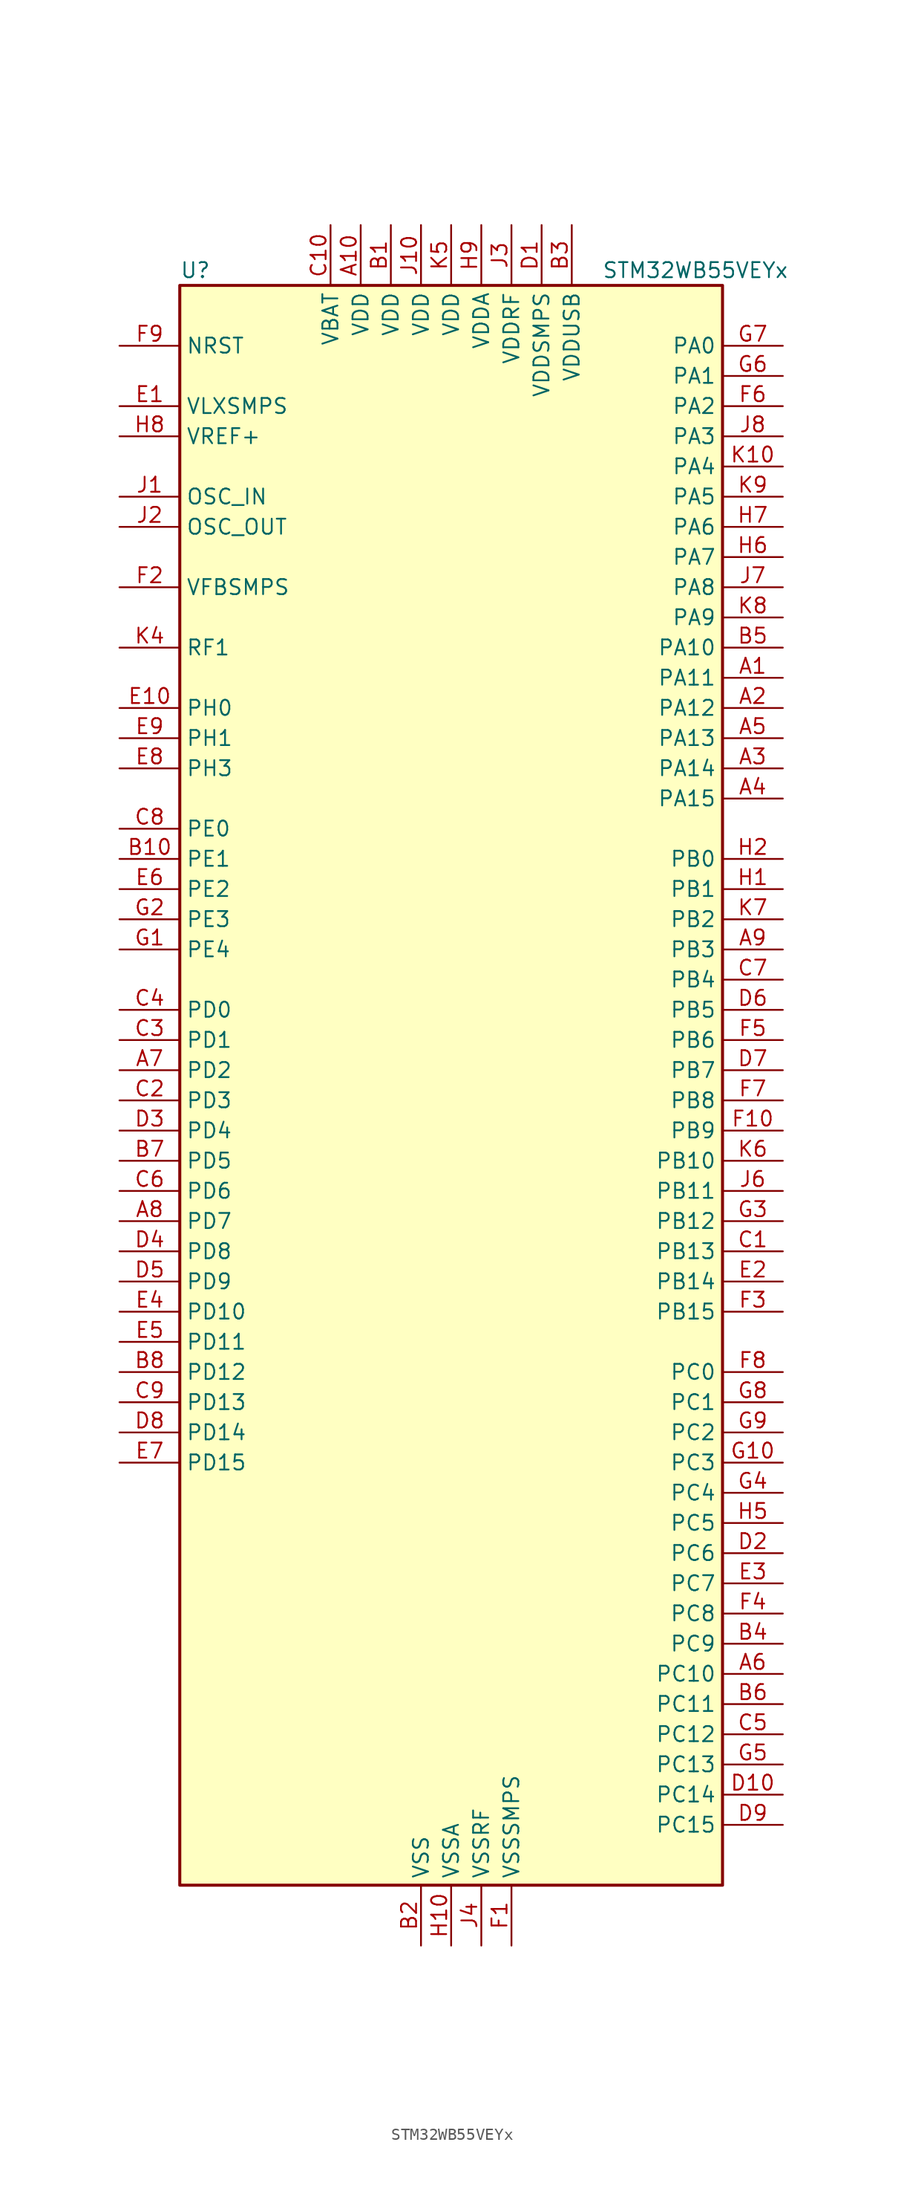
<source format=kicad_sym>
(kicad_symbol_lib
  (version 20241209)
  (generator "kicad_symbol_editor")
  (generator_version "9.0")
  (symbol "STM32WB55VEYx"
    (property "Reference" "U"
      (at -22.86 69.85 0)
      (effects (font (size 1.27 1.27)) (justify left)))
    (property "Value" "STM32WB55VEYx"
      (at 12.7 69.85 0)
      (effects (font (size 1.27 1.27)) (justify left)))
    (symbol "STM32WB55VEYx_0_1"
      (rectangle (start -22.86 -66.04) (end 22.86 68.58) (stroke (width 0.254) (type default)) (fill (type background))))
    (symbol "STM32WB55VEYx_1_1"
      (pin input line (at -27.94 63.5 0) (length 5.08) (name "NRST" (effects (font (size 1.27 1.27)))) (number "F9" (effects (font (size 1.27 1.27)))))
      (pin power_in line (at -27.94 58.42 0) (length 5.08) (name "VLXSMPS" (effects (font (size 1.27 1.27)))) (number "E1" (effects (font (size 1.27 1.27)))))
      (pin input line (at -27.94 55.88 0) (length 5.08) (name "VREF+" (effects (font (size 1.27 1.27)))) (number "H8" (effects (font (size 1.27 1.27)))) (alternate "VREFBUF_OUT" bidirectional line))
      (pin input line (at -27.94 50.8 0) (length 5.08) (name "OSC_IN" (effects (font (size 1.27 1.27)))) (number "J1" (effects (font (size 1.27 1.27)))) (alternate "RCC_OSC_IN" bidirectional line))
      (pin input line (at -27.94 48.26 0) (length 5.08) (name "OSC_OUT" (effects (font (size 1.27 1.27)))) (number "J2" (effects (font (size 1.27 1.27)))) (alternate "RCC_OSC_OUT" bidirectional line))
      (pin input line (at -27.94 43.18 0) (length 5.08) (name "VFBSMPS" (effects (font (size 1.27 1.27)))) (number "F2" (effects (font (size 1.27 1.27)))))
      (pin bidirectional line (at -27.94 38.1 0) (length 5.08) (name "RF1" (effects (font (size 1.27 1.27)))) (number "K4" (effects (font (size 1.27 1.27)))) (alternate "RF_RF1" bidirectional line))
      (pin bidirectional line (at -27.94 33.02 0) (length 5.08) (name "PH0" (effects (font (size 1.27 1.27)))) (number "E10" (effects (font (size 1.27 1.27)))))
      (pin bidirectional line (at -27.94 30.48 0) (length 5.08) (name "PH1" (effects (font (size 1.27 1.27)))) (number "E9" (effects (font (size 1.27 1.27)))))
      (pin bidirectional line (at -27.94 27.94 0) (length 5.08) (name "PH3" (effects (font (size 1.27 1.27)))) (number "E8" (effects (font (size 1.27 1.27)))) (alternate "RCC_LSCO" bidirectional line))
      (pin bidirectional line (at -27.94 22.86 0) (length 5.08) (name "PE0" (effects (font (size 1.27 1.27)))) (number "C8" (effects (font (size 1.27 1.27)))) (alternate "LCD_SEG36" bidirectional line) (alternate "TIM16_CH1" bidirectional line) (alternate "TIM1_ETR" bidirectional line) (alternate "TSC_G7_IO3" bidirectional line))
      (pin bidirectional line (at -27.94 20.32 0) (length 5.08) (name "PE1" (effects (font (size 1.27 1.27)))) (number "B10" (effects (font (size 1.27 1.27)))) (alternate "LCD_SEG37" bidirectional line) (alternate "TIM17_CH1" bidirectional line) (alternate "TSC_G7_IO2" bidirectional line))
      (pin bidirectional line (at -27.94 17.78 0) (length 5.08) (name "PE2" (effects (font (size 1.27 1.27)))) (number "E6" (effects (font (size 1.27 1.27)))) (alternate "LCD_SEG38" bidirectional line) (alternate "SAI1_CK1" bidirectional line) (alternate "SAI1_MCLK_A" bidirectional line) (alternate "SYS_TRACECLK" bidirectional line) (alternate "TSC_G7_IO1" bidirectional line))
      (pin bidirectional line (at -27.94 15.24 0) (length 5.08) (name "PE3" (effects (font (size 1.27 1.27)))) (number "G2" (effects (font (size 1.27 1.27)))))
      (pin bidirectional line (at -27.94 12.7 0) (length 5.08) (name "PE4" (effects (font (size 1.27 1.27)))) (number "G1" (effects (font (size 1.27 1.27)))))
      (pin bidirectional line (at -27.94 7.62 0) (length 5.08) (name "PD0" (effects (font (size 1.27 1.27)))) (number "C4" (effects (font (size 1.27 1.27)))) (alternate "SPI2_NSS" bidirectional line))
      (pin bidirectional line (at -27.94 5.08 0) (length 5.08) (name "PD1" (effects (font (size 1.27 1.27)))) (number "C3" (effects (font (size 1.27 1.27)))) (alternate "SPI2_SCK" bidirectional line))
      (pin bidirectional line (at -27.94 2.54 0) (length 5.08) (name "PD2" (effects (font (size 1.27 1.27)))) (number "A7" (effects (font (size 1.27 1.27)))) (alternate "LCD_COM7" bidirectional line) (alternate "LCD_SEG31" bidirectional line) (alternate "LCD_SEG43" bidirectional line) (alternate "SYS_TRACED2" bidirectional line) (alternate "TSC_SYNC" bidirectional line))
      (pin bidirectional line (at -27.94 0 0) (length 5.08) (name "PD3" (effects (font (size 1.27 1.27)))) (number "C2" (effects (font (size 1.27 1.27)))) (alternate "QUADSPI_BK1_NCS" bidirectional line) (alternate "SPI2_MISO" bidirectional line) (alternate "SPI2_SCK" bidirectional line))
      (pin bidirectional line (at -27.94 -2.54 0) (length 5.08) (name "PD4" (effects (font (size 1.27 1.27)))) (number "D3" (effects (font (size 1.27 1.27)))) (alternate "QUADSPI_BK1_IO0" bidirectional line) (alternate "SPI2_MOSI" bidirectional line) (alternate "TSC_G5_IO1" bidirectional line))
      (pin bidirectional line (at -27.94 -5.08 0) (length 5.08) (name "PD5" (effects (font (size 1.27 1.27)))) (number "B7" (effects (font (size 1.27 1.27)))) (alternate "QUADSPI_BK1_IO1" bidirectional line) (alternate "SAI1_MCLK_B" bidirectional line) (alternate "TSC_G5_IO2" bidirectional line))
      (pin bidirectional line (at -27.94 -7.62 0) (length 5.08) (name "PD6" (effects (font (size 1.27 1.27)))) (number "C6" (effects (font (size 1.27 1.27)))) (alternate "QUADSPI_BK1_IO2" bidirectional line) (alternate "SAI1_D1" bidirectional line) (alternate "SAI1_SD_A" bidirectional line) (alternate "TSC_G5_IO3" bidirectional line))
      (pin bidirectional line (at -27.94 -10.16 0) (length 5.08) (name "PD7" (effects (font (size 1.27 1.27)))) (number "A8" (effects (font (size 1.27 1.27)))) (alternate "LCD_SEG39" bidirectional line) (alternate "QUADSPI_BK1_IO3" bidirectional line) (alternate "TSC_G5_IO4" bidirectional line))
      (pin bidirectional line (at -27.94 -12.7 0) (length 5.08) (name "PD8" (effects (font (size 1.27 1.27)))) (number "D4" (effects (font (size 1.27 1.27)))) (alternate "LCD_SEG28" bidirectional line) (alternate "TIM1_BKIN2" bidirectional line))
      (pin bidirectional line (at -27.94 -15.24 0) (length 5.08) (name "PD9" (effects (font (size 1.27 1.27)))) (number "D5" (effects (font (size 1.27 1.27)))) (alternate "LCD_SEG29" bidirectional line) (alternate "SYS_TRACED0" bidirectional line))
      (pin bidirectional line (at -27.94 -17.78 0) (length 5.08) (name "PD10" (effects (font (size 1.27 1.27)))) (number "E4" (effects (font (size 1.27 1.27)))) (alternate "LCD_SEG30" bidirectional line) (alternate "SYS_TRIG_INOUT" bidirectional line) (alternate "TSC_G6_IO1" bidirectional line))
      (pin bidirectional line (at -27.94 -20.32 0) (length 5.08) (name "PD11" (effects (font (size 1.27 1.27)))) (number "E5" (effects (font (size 1.27 1.27)))) (alternate "ADC1_EXTI11" bidirectional line) (alternate "LCD_SEG31" bidirectional line) (alternate "LPTIM2_ETR" bidirectional line) (alternate "TSC_G6_IO2" bidirectional line))
      (pin bidirectional line (at -27.94 -22.86 0) (length 5.08) (name "PD12" (effects (font (size 1.27 1.27)))) (number "B8" (effects (font (size 1.27 1.27)))) (alternate "LCD_SEG32" bidirectional line) (alternate "LPTIM2_IN1" bidirectional line) (alternate "TSC_G6_IO3" bidirectional line))
      (pin bidirectional line (at -27.94 -25.4 0) (length 5.08) (name "PD13" (effects (font (size 1.27 1.27)))) (number "C9" (effects (font (size 1.27 1.27)))) (alternate "LCD_SEG33" bidirectional line) (alternate "LPTIM2_OUT" bidirectional line) (alternate "TSC_G6_IO4" bidirectional line))
      (pin bidirectional line (at -27.94 -27.94 0) (length 5.08) (name "PD14" (effects (font (size 1.27 1.27)))) (number "D8" (effects (font (size 1.27 1.27)))) (alternate "LCD_SEG34" bidirectional line) (alternate "TIM1_CH1" bidirectional line))
      (pin bidirectional line (at -27.94 -30.48 0) (length 5.08) (name "PD15" (effects (font (size 1.27 1.27)))) (number "E7" (effects (font (size 1.27 1.27)))) (alternate "ADC1_EXTI15" bidirectional line) (alternate "LCD_SEG35" bidirectional line) (alternate "TIM1_CH2" bidirectional line))
      (pin no_connect line (at -22.86 -63.5 0) (length 5.08) (hide yes) (name "AT1" (effects (font (size 1.27 1.27)))) (number "H4" (effects (font (size 1.27 1.27)))))
      (pin no_connect line (at -22.86 -66.04 0) (length 5.08) (hide yes) (name "AT0" (effects (font (size 1.27 1.27)))) (number "H3" (effects (font (size 1.27 1.27)))))
      (pin power_in line (at -10.16 73.66 270) (length 5.08) (name "VBAT" (effects (font (size 1.27 1.27)))) (number "C10" (effects (font (size 1.27 1.27)))))
      (pin power_in line (at -7.62 73.66 270) (length 5.08) (name "VDD" (effects (font (size 1.27 1.27)))) (number "A10" (effects (font (size 1.27 1.27)))))
      (pin power_in line (at -5.08 73.66 270) (length 5.08) (name "VDD" (effects (font (size 1.27 1.27)))) (number "B1" (effects (font (size 1.27 1.27)))))
      (pin power_in line (at -2.54 73.66 270) (length 5.08) (name "VDD" (effects (font (size 1.27 1.27)))) (number "J10" (effects (font (size 1.27 1.27)))))
      (pin power_in line (at -2.54 -71.12 90) (length 5.08) (name "VSS" (effects (font (size 1.27 1.27)))) (number "B2" (effects (font (size 1.27 1.27)))))
      (pin passive line (at -2.54 -71.12 90) (length 5.08) (hide yes) (name "VSS" (effects (font (size 1.27 1.27)))) (number "B9" (effects (font (size 1.27 1.27)))))
      (pin passive line (at -2.54 -71.12 90) (length 5.08) (hide yes) (name "VSS" (effects (font (size 1.27 1.27)))) (number "J5" (effects (font (size 1.27 1.27)))))
      (pin passive line (at -2.54 -71.12 90) (length 5.08) (hide yes) (name "VSS" (effects (font (size 1.27 1.27)))) (number "J9" (effects (font (size 1.27 1.27)))))
      (pin power_in line (at 0 73.66 270) (length 5.08) (name "VDD" (effects (font (size 1.27 1.27)))) (number "K5" (effects (font (size 1.27 1.27)))))
      (pin power_in line (at 0 -71.12 90) (length 5.08) (name "VSSA" (effects (font (size 1.27 1.27)))) (number "H10" (effects (font (size 1.27 1.27)))))
      (pin power_in line (at 2.54 73.66 270) (length 5.08) (name "VDDA" (effects (font (size 1.27 1.27)))) (number "H9" (effects (font (size 1.27 1.27)))))
      (pin power_in line (at 2.54 -71.12 90) (length 5.08) (name "VSSRF" (effects (font (size 1.27 1.27)))) (number "J4" (effects (font (size 1.27 1.27)))))
      (pin passive line (at 2.54 -71.12 90) (length 5.08) (hide yes) (name "VSSRF" (effects (font (size 1.27 1.27)))) (number "K1" (effects (font (size 1.27 1.27)))))
      (pin passive line (at 2.54 -71.12 90) (length 5.08) (hide yes) (name "VSSRF" (effects (font (size 1.27 1.27)))) (number "K2" (effects (font (size 1.27 1.27)))))
      (pin passive line (at 2.54 -71.12 90) (length 5.08) (hide yes) (name "VSSRF" (effects (font (size 1.27 1.27)))) (number "K3" (effects (font (size 1.27 1.27)))))
      (pin power_in line (at 5.08 73.66 270) (length 5.08) (name "VDDRF" (effects (font (size 1.27 1.27)))) (number "J3" (effects (font (size 1.27 1.27)))))
      (pin power_in line (at 5.08 -71.12 90) (length 5.08) (name "VSSSMPS" (effects (font (size 1.27 1.27)))) (number "F1" (effects (font (size 1.27 1.27)))))
      (pin power_in line (at 7.62 73.66 270) (length 5.08) (name "VDDSMPS" (effects (font (size 1.27 1.27)))) (number "D1" (effects (font (size 1.27 1.27)))))
      (pin power_in line (at 10.16 73.66 270) (length 5.08) (name "VDDUSB" (effects (font (size 1.27 1.27)))) (number "B3" (effects (font (size 1.27 1.27)))))
      (pin bidirectional line (at 27.94 63.5 180) (length 5.08) (name "PA0" (effects (font (size 1.27 1.27)))) (number "G7" (effects (font (size 1.27 1.27)))) (alternate "ADC1_IN5" bidirectional line) (alternate "COMP1_INM" bidirectional line) (alternate "COMP1_OUT" bidirectional line) (alternate "RTC_TAMP2" bidirectional line) (alternate "SAI1_EXTCLK" bidirectional line) (alternate "SYS_WKUP1" bidirectional line) (alternate "TIM2_CH1" bidirectional line) (alternate "TIM2_ETR" bidirectional line))
      (pin bidirectional line (at 27.94 60.96 180) (length 5.08) (name "PA1" (effects (font (size 1.27 1.27)))) (number "G6" (effects (font (size 1.27 1.27)))) (alternate "ADC1_IN6" bidirectional line) (alternate "COMP1_INP" bidirectional line) (alternate "I2C1_SMBA" bidirectional line) (alternate "LCD_SEG0" bidirectional line) (alternate "SPI1_SCK" bidirectional line) (alternate "TIM2_CH2" bidirectional line))
      (pin bidirectional line (at 27.94 58.42 180) (length 5.08) (name "PA2" (effects (font (size 1.27 1.27)))) (number "F6" (effects (font (size 1.27 1.27)))) (alternate "ADC1_IN7" bidirectional line) (alternate "COMP2_INM" bidirectional line) (alternate "COMP2_OUT" bidirectional line) (alternate "LCD_SEG1" bidirectional line) (alternate "LPUART1_TX" bidirectional line) (alternate "QUADSPI_BK1_NCS" bidirectional line) (alternate "RCC_LSCO" bidirectional line) (alternate "SYS_WKUP4" bidirectional line) (alternate "TIM2_CH3" bidirectional line))
      (pin bidirectional line (at 27.94 55.88 180) (length 5.08) (name "PA3" (effects (font (size 1.27 1.27)))) (number "J8" (effects (font (size 1.27 1.27)))) (alternate "ADC1_IN8" bidirectional line) (alternate "COMP2_INP" bidirectional line) (alternate "LCD_SEG2" bidirectional line) (alternate "LPUART1_RX" bidirectional line) (alternate "QUADSPI_CLK" bidirectional line) (alternate "SAI1_CK1" bidirectional line) (alternate "SAI1_MCLK_A" bidirectional line) (alternate "TIM2_CH4" bidirectional line))
      (pin bidirectional line (at 27.94 53.34 180) (length 5.08) (name "PA4" (effects (font (size 1.27 1.27)))) (number "K10" (effects (font (size 1.27 1.27)))) (alternate "ADC1_IN9" bidirectional line) (alternate "COMP1_INM" bidirectional line) (alternate "COMP2_INM" bidirectional line) (alternate "LCD_SEG5" bidirectional line) (alternate "LPTIM2_OUT" bidirectional line) (alternate "SAI1_FS_B" bidirectional line) (alternate "SPI1_NSS" bidirectional line))
      (pin bidirectional line (at 27.94 50.8 180) (length 5.08) (name "PA5" (effects (font (size 1.27 1.27)))) (number "K9" (effects (font (size 1.27 1.27)))) (alternate "ADC1_IN10" bidirectional line) (alternate "COMP1_INM" bidirectional line) (alternate "COMP2_INM" bidirectional line) (alternate "LPTIM2_ETR" bidirectional line) (alternate "SAI1_SD_B" bidirectional line) (alternate "SPI1_SCK" bidirectional line) (alternate "TIM2_CH1" bidirectional line) (alternate "TIM2_ETR" bidirectional line))
      (pin bidirectional line (at 27.94 48.26 180) (length 5.08) (name "PA6" (effects (font (size 1.27 1.27)))) (number "H7" (effects (font (size 1.27 1.27)))) (alternate "ADC1_IN11" bidirectional line) (alternate "LCD_SEG3" bidirectional line) (alternate "LPUART1_CTS" bidirectional line) (alternate "QUADSPI_BK1_IO3" bidirectional line) (alternate "SPI1_MISO" bidirectional line) (alternate "TIM16_CH1" bidirectional line) (alternate "TIM1_BKIN" bidirectional line))
      (pin bidirectional line (at 27.94 45.72 180) (length 5.08) (name "PA7" (effects (font (size 1.27 1.27)))) (number "H6" (effects (font (size 1.27 1.27)))) (alternate "ADC1_IN12" bidirectional line) (alternate "COMP2_OUT" bidirectional line) (alternate "I2C3_SCL" bidirectional line) (alternate "LCD_SEG4" bidirectional line) (alternate "QUADSPI_BK1_IO2" bidirectional line) (alternate "SPI1_MOSI" bidirectional line) (alternate "TIM17_CH1" bidirectional line) (alternate "TIM1_CH1N" bidirectional line))
      (pin bidirectional line (at 27.94 43.18 180) (length 5.08) (name "PA8" (effects (font (size 1.27 1.27)))) (number "J7" (effects (font (size 1.27 1.27)))) (alternate "ADC1_IN15" bidirectional line) (alternate "LCD_COM0" bidirectional line) (alternate "LPTIM2_OUT" bidirectional line) (alternate "RCC_MCO" bidirectional line) (alternate "SAI1_CK2" bidirectional line) (alternate "SAI1_SCK_A" bidirectional line) (alternate "TIM1_CH1" bidirectional line) (alternate "USART1_CK" bidirectional line))
      (pin bidirectional line (at 27.94 40.64 180) (length 5.08) (name "PA9" (effects (font (size 1.27 1.27)))) (number "K8" (effects (font (size 1.27 1.27)))) (alternate "ADC1_IN16" bidirectional line) (alternate "COMP1_INM" bidirectional line) (alternate "I2C1_SCL" bidirectional line) (alternate "LCD_COM1" bidirectional line) (alternate "SAI1_D2" bidirectional line) (alternate "SAI1_FS_A" bidirectional line) (alternate "SPI2_SCK" bidirectional line) (alternate "TIM1_CH2" bidirectional line) (alternate "USART1_TX" bidirectional line))
      (pin bidirectional line (at 27.94 38.1 180) (length 5.08) (name "PA10" (effects (font (size 1.27 1.27)))) (number "B5" (effects (font (size 1.27 1.27)))) (alternate "CRS_SYNC" bidirectional line) (alternate "I2C1_SDA" bidirectional line) (alternate "LCD_COM2" bidirectional line) (alternate "SAI1_D1" bidirectional line) (alternate "SAI1_SD_A" bidirectional line) (alternate "TIM17_BKIN" bidirectional line) (alternate "TIM1_CH3" bidirectional line) (alternate "USART1_RX" bidirectional line))
      (pin bidirectional line (at 27.94 35.56 180) (length 5.08) (name "PA11" (effects (font (size 1.27 1.27)))) (number "A1" (effects (font (size 1.27 1.27)))) (alternate "ADC1_EXTI11" bidirectional line) (alternate "SPI1_MISO" bidirectional line) (alternate "TIM1_BKIN2" bidirectional line) (alternate "TIM1_CH4" bidirectional line) (alternate "USART1_CTS" bidirectional line) (alternate "USART1_NSS" bidirectional line) (alternate "USB_DM" bidirectional line))
      (pin bidirectional line (at 27.94 33.02 180) (length 5.08) (name "PA12" (effects (font (size 1.27 1.27)))) (number "A2" (effects (font (size 1.27 1.27)))) (alternate "LPUART1_RX" bidirectional line) (alternate "SPI1_MOSI" bidirectional line) (alternate "TIM1_ETR" bidirectional line) (alternate "USART1_DE" bidirectional line) (alternate "USART1_RTS" bidirectional line) (alternate "USB_DP" bidirectional line))
      (pin bidirectional line (at 27.94 30.48 180) (length 5.08) (name "PA13" (effects (font (size 1.27 1.27)))) (number "A5" (effects (font (size 1.27 1.27)))) (alternate "IR_OUT" bidirectional line) (alternate "SAI1_SD_B" bidirectional line) (alternate "SYS_JTMS-SWDIO" bidirectional line) (alternate "USB_NOE" bidirectional line))
      (pin bidirectional line (at 27.94 27.94 180) (length 5.08) (name "PA14" (effects (font (size 1.27 1.27)))) (number "A3" (effects (font (size 1.27 1.27)))) (alternate "I2C1_SMBA" bidirectional line) (alternate "LCD_SEG5" bidirectional line) (alternate "LPTIM1_OUT" bidirectional line) (alternate "SAI1_FS_B" bidirectional line) (alternate "SYS_JTCK-SWCLK" bidirectional line))
      (pin bidirectional line (at 27.94 25.4 180) (length 5.08) (name "PA15" (effects (font (size 1.27 1.27)))) (number "A4" (effects (font (size 1.27 1.27)))) (alternate "ADC1_EXTI15" bidirectional line) (alternate "LCD_SEG17" bidirectional line) (alternate "RCC_MCO" bidirectional line) (alternate "SPI1_NSS" bidirectional line) (alternate "SYS_JTDI" bidirectional line) (alternate "TIM2_CH1" bidirectional line) (alternate "TIM2_ETR" bidirectional line) (alternate "TSC_G3_IO1" bidirectional line))
      (pin bidirectional line (at 27.94 20.32 180) (length 5.08) (name "PB0" (effects (font (size 1.27 1.27)))) (number "H2" (effects (font (size 1.27 1.27)))) (alternate "COMP1_OUT" bidirectional line) (alternate "RF_TX_MOD_EXT_PA" bidirectional line))
      (pin bidirectional line (at 27.94 17.78 180) (length 5.08) (name "PB1" (effects (font (size 1.27 1.27)))) (number "H1" (effects (font (size 1.27 1.27)))) (alternate "LPTIM2_IN1" bidirectional line) (alternate "LPUART1_DE" bidirectional line) (alternate "LPUART1_RTS" bidirectional line))
      (pin bidirectional line (at 27.94 15.24 180) (length 5.08) (name "PB2" (effects (font (size 1.27 1.27)))) (number "K7" (effects (font (size 1.27 1.27)))) (alternate "COMP1_INP" bidirectional line) (alternate "I2C3_SMBA" bidirectional line) (alternate "LCD_VLCD" bidirectional line) (alternate "LPTIM1_OUT" bidirectional line) (alternate "RTC_OUT2" bidirectional line) (alternate "SAI1_EXTCLK" bidirectional line) (alternate "SPI1_NSS" bidirectional line))
      (pin bidirectional line (at 27.94 12.7 180) (length 5.08) (name "PB3" (effects (font (size 1.27 1.27)))) (number "A9" (effects (font (size 1.27 1.27)))) (alternate "COMP2_INM" bidirectional line) (alternate "LCD_SEG7" bidirectional line) (alternate "SAI1_SCK_B" bidirectional line) (alternate "SPI1_SCK" bidirectional line) (alternate "SYS_JTDO-SWO" bidirectional line) (alternate "TIM2_CH2" bidirectional line) (alternate "USART1_DE" bidirectional line) (alternate "USART1_RTS" bidirectional line))
      (pin bidirectional line (at 27.94 10.16 180) (length 5.08) (name "PB4" (effects (font (size 1.27 1.27)))) (number "C7" (effects (font (size 1.27 1.27)))) (alternate "COMP2_INP" bidirectional line) (alternate "I2C3_SDA" bidirectional line) (alternate "LCD_SEG8" bidirectional line) (alternate "SAI1_MCLK_B" bidirectional line) (alternate "SPI1_MISO" bidirectional line) (alternate "SYS_JTRST" bidirectional line) (alternate "TIM17_BKIN" bidirectional line) (alternate "TSC_G2_IO1" bidirectional line) (alternate "USART1_CTS" bidirectional line) (alternate "USART1_NSS" bidirectional line))
      (pin bidirectional line (at 27.94 7.62 180) (length 5.08) (name "PB5" (effects (font (size 1.27 1.27)))) (number "D6" (effects (font (size 1.27 1.27)))) (alternate "COMP2_OUT" bidirectional line) (alternate "I2C1_SMBA" bidirectional line) (alternate "LCD_SEG9" bidirectional line) (alternate "LPTIM1_IN1" bidirectional line) (alternate "LPUART1_TX" bidirectional line) (alternate "SAI1_SD_B" bidirectional line) (alternate "SPI1_MOSI" bidirectional line) (alternate "TIM16_BKIN" bidirectional line) (alternate "TSC_G2_IO2" bidirectional line) (alternate "USART1_CK" bidirectional line))
      (pin bidirectional line (at 27.94 5.08 180) (length 5.08) (name "PB6" (effects (font (size 1.27 1.27)))) (number "F5" (effects (font (size 1.27 1.27)))) (alternate "COMP2_INP" bidirectional line) (alternate "I2C1_SCL" bidirectional line) (alternate "LCD_SEG6" bidirectional line) (alternate "LPTIM1_ETR" bidirectional line) (alternate "RCC_MCO" bidirectional line) (alternate "SAI1_FS_B" bidirectional line) (alternate "TIM16_CH1N" bidirectional line) (alternate "TSC_G2_IO3" bidirectional line) (alternate "USART1_TX" bidirectional line))
      (pin bidirectional line (at 27.94 2.54 180) (length 5.08) (name "PB7" (effects (font (size 1.27 1.27)))) (number "D7" (effects (font (size 1.27 1.27)))) (alternate "COMP2_INM" bidirectional line) (alternate "I2C1_SDA" bidirectional line) (alternate "LCD_SEG21" bidirectional line) (alternate "LPTIM1_IN2" bidirectional line) (alternate "SYS_PVD_IN" bidirectional line) (alternate "TIM17_CH1N" bidirectional line) (alternate "TIM1_BKIN" bidirectional line) (alternate "TSC_G2_IO4" bidirectional line) (alternate "USART1_RX" bidirectional line))
      (pin bidirectional line (at 27.94 0 180) (length 5.08) (name "PB8" (effects (font (size 1.27 1.27)))) (number "F7" (effects (font (size 1.27 1.27)))) (alternate "I2C1_SCL" bidirectional line) (alternate "LCD_SEG16" bidirectional line) (alternate "QUADSPI_BK1_IO1" bidirectional line) (alternate "SAI1_CK1" bidirectional line) (alternate "SAI1_MCLK_A" bidirectional line) (alternate "TIM16_CH1" bidirectional line) (alternate "TIM1_CH2N" bidirectional line))
      (pin bidirectional line (at 27.94 -2.54 180) (length 5.08) (name "PB9" (effects (font (size 1.27 1.27)))) (number "F10" (effects (font (size 1.27 1.27)))) (alternate "I2C1_SDA" bidirectional line) (alternate "IR_OUT" bidirectional line) (alternate "LCD_COM3" bidirectional line) (alternate "QUADSPI_BK1_IO0" bidirectional line) (alternate "SAI1_D2" bidirectional line) (alternate "SAI1_FS_A" bidirectional line) (alternate "SPI2_NSS" bidirectional line) (alternate "TIM17_CH1" bidirectional line) (alternate "TIM1_CH3N" bidirectional line) (alternate "TSC_G7_IO4" bidirectional line))
      (pin bidirectional line (at 27.94 -5.08 180) (length 5.08) (name "PB10" (effects (font (size 1.27 1.27)))) (number "K6" (effects (font (size 1.27 1.27)))) (alternate "COMP1_OUT" bidirectional line) (alternate "I2C3_SCL" bidirectional line) (alternate "LCD_SEG10" bidirectional line) (alternate "LPUART1_RX" bidirectional line) (alternate "QUADSPI_CLK" bidirectional line) (alternate "SAI1_SCK_A" bidirectional line) (alternate "SPI2_SCK" bidirectional line) (alternate "TIM2_CH3" bidirectional line) (alternate "TSC_SYNC" bidirectional line))
      (pin bidirectional line (at 27.94 -7.62 180) (length 5.08) (name "PB11" (effects (font (size 1.27 1.27)))) (number "J6" (effects (font (size 1.27 1.27)))) (alternate "ADC1_EXTI11" bidirectional line) (alternate "COMP2_OUT" bidirectional line) (alternate "I2C3_SDA" bidirectional line) (alternate "LCD_SEG11" bidirectional line) (alternate "LPUART1_TX" bidirectional line) (alternate "QUADSPI_BK1_NCS" bidirectional line) (alternate "TIM2_CH4" bidirectional line))
      (pin bidirectional line (at 27.94 -10.16 180) (length 5.08) (name "PB12" (effects (font (size 1.27 1.27)))) (number "G3" (effects (font (size 1.27 1.27)))) (alternate "I2C3_SMBA" bidirectional line) (alternate "LCD_SEG12" bidirectional line) (alternate "LPUART1_DE" bidirectional line) (alternate "LPUART1_RTS" bidirectional line) (alternate "SAI1_FS_A" bidirectional line) (alternate "SPI2_NSS" bidirectional line) (alternate "TIM1_BKIN" bidirectional line) (alternate "TSC_G1_IO1" bidirectional line))
      (pin bidirectional line (at 27.94 -12.7 180) (length 5.08) (name "PB13" (effects (font (size 1.27 1.27)))) (number "C1" (effects (font (size 1.27 1.27)))) (alternate "I2C3_SCL" bidirectional line) (alternate "LCD_SEG13" bidirectional line) (alternate "LPUART1_CTS" bidirectional line) (alternate "SAI1_SCK_A" bidirectional line) (alternate "SPI2_SCK" bidirectional line) (alternate "TIM1_CH1N" bidirectional line) (alternate "TSC_G1_IO2" bidirectional line))
      (pin bidirectional line (at 27.94 -15.24 180) (length 5.08) (name "PB14" (effects (font (size 1.27 1.27)))) (number "E2" (effects (font (size 1.27 1.27)))) (alternate "I2C3_SDA" bidirectional line) (alternate "LCD_SEG14" bidirectional line) (alternate "SAI1_MCLK_A" bidirectional line) (alternate "SPI2_MISO" bidirectional line) (alternate "TIM1_CH2N" bidirectional line) (alternate "TSC_G1_IO3" bidirectional line))
      (pin bidirectional line (at 27.94 -17.78 180) (length 5.08) (name "PB15" (effects (font (size 1.27 1.27)))) (number "F3" (effects (font (size 1.27 1.27)))) (alternate "ADC1_EXTI15" bidirectional line) (alternate "LCD_SEG15" bidirectional line) (alternate "RTC_REFIN" bidirectional line) (alternate "SAI1_SD_A" bidirectional line) (alternate "SPI2_MOSI" bidirectional line) (alternate "TIM1_CH3N" bidirectional line) (alternate "TSC_G1_IO4" bidirectional line))
      (pin bidirectional line (at 27.94 -22.86 180) (length 5.08) (name "PC0" (effects (font (size 1.27 1.27)))) (number "F8" (effects (font (size 1.27 1.27)))) (alternate "ADC1_IN1" bidirectional line) (alternate "I2C3_SCL" bidirectional line) (alternate "LCD_SEG18" bidirectional line) (alternate "LPTIM1_IN1" bidirectional line) (alternate "LPTIM2_IN1" bidirectional line) (alternate "LPUART1_RX" bidirectional line))
      (pin bidirectional line (at 27.94 -25.4 180) (length 5.08) (name "PC1" (effects (font (size 1.27 1.27)))) (number "G8" (effects (font (size 1.27 1.27)))) (alternate "ADC1_IN2" bidirectional line) (alternate "I2C3_SDA" bidirectional line) (alternate "LCD_SEG19" bidirectional line) (alternate "LPTIM1_OUT" bidirectional line) (alternate "LPUART1_TX" bidirectional line) (alternate "SPI2_MOSI" bidirectional line))
      (pin bidirectional line (at 27.94 -27.94 180) (length 5.08) (name "PC2" (effects (font (size 1.27 1.27)))) (number "G9" (effects (font (size 1.27 1.27)))) (alternate "ADC1_IN3" bidirectional line) (alternate "LCD_SEG20" bidirectional line) (alternate "LPTIM1_IN2" bidirectional line) (alternate "SPI2_MISO" bidirectional line))
      (pin bidirectional line (at 27.94 -30.48 180) (length 5.08) (name "PC3" (effects (font (size 1.27 1.27)))) (number "G10" (effects (font (size 1.27 1.27)))) (alternate "ADC1_IN4" bidirectional line) (alternate "LCD_VLCD" bidirectional line) (alternate "LPTIM1_ETR" bidirectional line) (alternate "LPTIM2_ETR" bidirectional line) (alternate "SAI1_D1" bidirectional line) (alternate "SAI1_SD_A" bidirectional line) (alternate "SPI2_MOSI" bidirectional line))
      (pin bidirectional line (at 27.94 -33.02 180) (length 5.08) (name "PC4" (effects (font (size 1.27 1.27)))) (number "G4" (effects (font (size 1.27 1.27)))) (alternate "ADC1_IN13" bidirectional line) (alternate "COMP1_INM" bidirectional line) (alternate "LCD_SEG22" bidirectional line))
      (pin bidirectional line (at 27.94 -35.56 180) (length 5.08) (name "PC5" (effects (font (size 1.27 1.27)))) (number "H5" (effects (font (size 1.27 1.27)))) (alternate "ADC1_IN14" bidirectional line) (alternate "COMP1_INP" bidirectional line) (alternate "LCD_SEG23" bidirectional line) (alternate "SAI1_D3" bidirectional line) (alternate "SYS_WKUP5" bidirectional line))
      (pin bidirectional line (at 27.94 -38.1 180) (length 5.08) (name "PC6" (effects (font (size 1.27 1.27)))) (number "D2" (effects (font (size 1.27 1.27)))) (alternate "LCD_SEG24" bidirectional line) (alternate "TSC_G4_IO1" bidirectional line))
      (pin bidirectional line (at 27.94 -40.64 180) (length 5.08) (name "PC7" (effects (font (size 1.27 1.27)))) (number "E3" (effects (font (size 1.27 1.27)))) (alternate "LCD_SEG25" bidirectional line) (alternate "TSC_G4_IO2" bidirectional line))
      (pin bidirectional line (at 27.94 -43.18 180) (length 5.08) (name "PC8" (effects (font (size 1.27 1.27)))) (number "F4" (effects (font (size 1.27 1.27)))) (alternate "LCD_SEG26" bidirectional line) (alternate "TSC_G4_IO3" bidirectional line))
      (pin bidirectional line (at 27.94 -45.72 180) (length 5.08) (name "PC9" (effects (font (size 1.27 1.27)))) (number "B4" (effects (font (size 1.27 1.27)))) (alternate "LCD_SEG27" bidirectional line) (alternate "SAI1_SCK_B" bidirectional line) (alternate "TIM1_BKIN" bidirectional line) (alternate "TSC_G4_IO4" bidirectional line) (alternate "USB_NOE" bidirectional line))
      (pin bidirectional line (at 27.94 -48.26 180) (length 5.08) (name "PC10" (effects (font (size 1.27 1.27)))) (number "A6" (effects (font (size 1.27 1.27)))) (alternate "LCD_COM4" bidirectional line) (alternate "LCD_SEG28" bidirectional line) (alternate "LCD_SEG40" bidirectional line) (alternate "SYS_TRACED1" bidirectional line) (alternate "TSC_G3_IO2" bidirectional line))
      (pin bidirectional line (at 27.94 -50.8 180) (length 5.08) (name "PC11" (effects (font (size 1.27 1.27)))) (number "B6" (effects (font (size 1.27 1.27)))) (alternate "ADC1_EXTI11" bidirectional line) (alternate "LCD_COM5" bidirectional line) (alternate "LCD_SEG29" bidirectional line) (alternate "LCD_SEG41" bidirectional line) (alternate "TSC_G3_IO3" bidirectional line))
      (pin bidirectional line (at 27.94 -53.34 180) (length 5.08) (name "PC12" (effects (font (size 1.27 1.27)))) (number "C5" (effects (font (size 1.27 1.27)))) (alternate "LCD_COM6" bidirectional line) (alternate "LCD_SEG30" bidirectional line) (alternate "LCD_SEG42" bidirectional line) (alternate "RCC_LSCO" bidirectional line) (alternate "RTC_TAMP3" bidirectional line) (alternate "SYS_TRACED3" bidirectional line) (alternate "SYS_WKUP3" bidirectional line) (alternate "TSC_G3_IO4" bidirectional line))
      (pin bidirectional line (at 27.94 -55.88 180) (length 5.08) (name "PC13" (effects (font (size 1.27 1.27)))) (number "G5" (effects (font (size 1.27 1.27)))) (alternate "RTC_OUT1" bidirectional line) (alternate "RTC_TAMP1" bidirectional line) (alternate "RTC_TS" bidirectional line) (alternate "SYS_WKUP2" bidirectional line))
      (pin bidirectional line (at 27.94 -58.42 180) (length 5.08) (name "PC14" (effects (font (size 1.27 1.27)))) (number "D10" (effects (font (size 1.27 1.27)))) (alternate "RCC_OSC32_IN" bidirectional line))
      (pin bidirectional line (at 27.94 -60.96 180) (length 5.08) (name "PC15" (effects (font (size 1.27 1.27)))) (number "D9" (effects (font (size 1.27 1.27)))) (alternate "ADC1_EXTI15" bidirectional line) (alternate "RCC_OSC32_OUT" bidirectional line)))))
</source>
